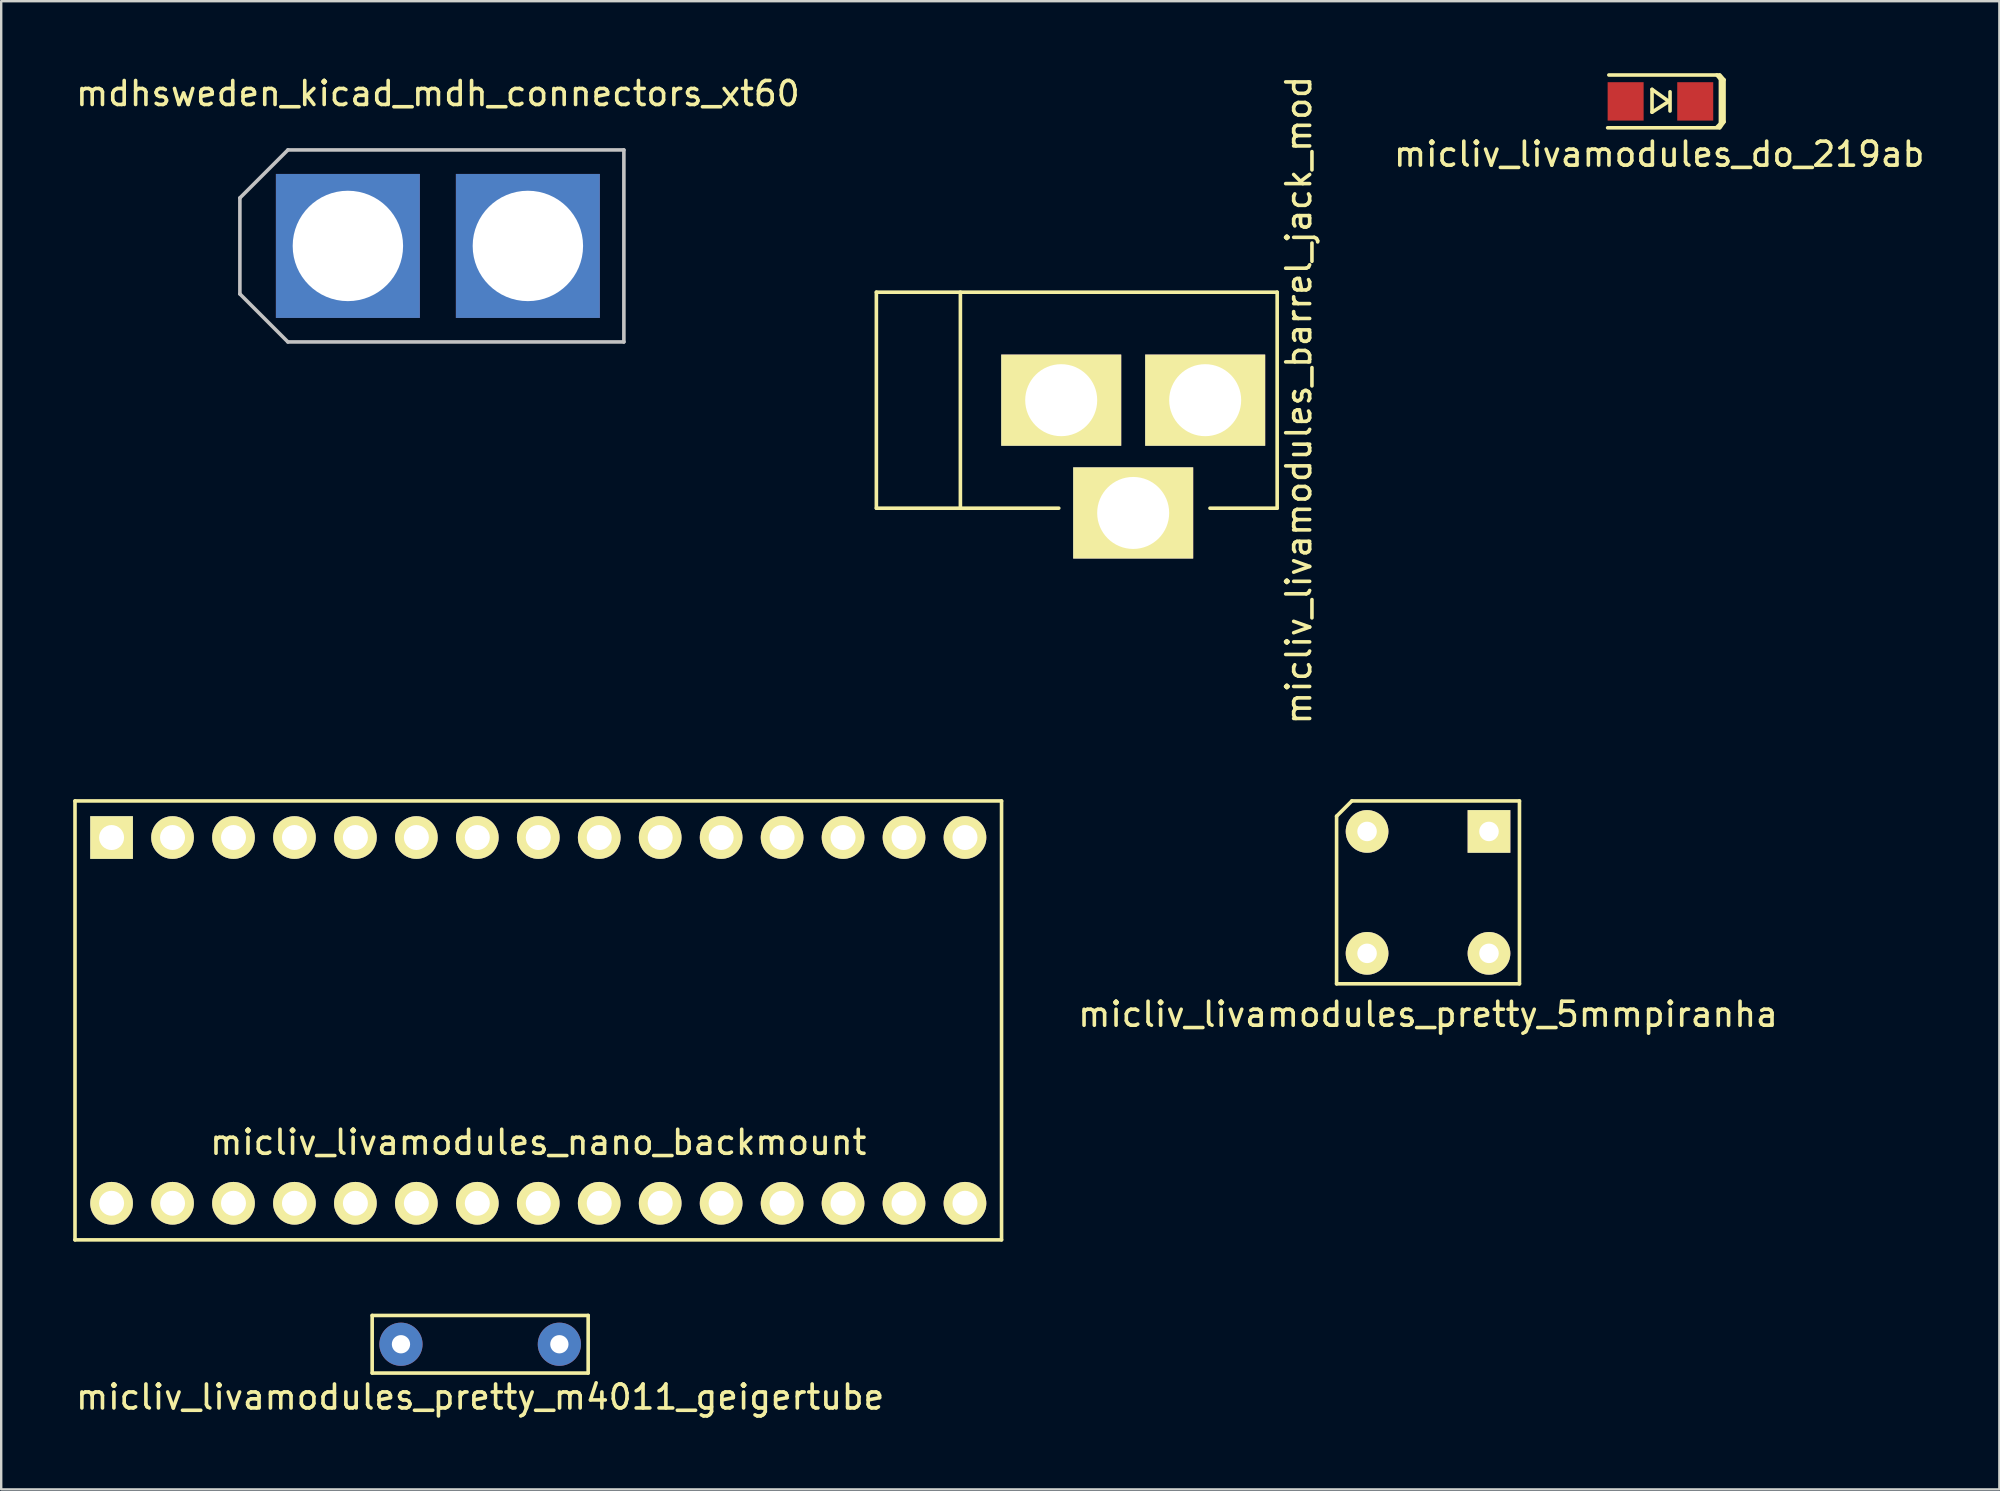
<source format=kicad_pcb>
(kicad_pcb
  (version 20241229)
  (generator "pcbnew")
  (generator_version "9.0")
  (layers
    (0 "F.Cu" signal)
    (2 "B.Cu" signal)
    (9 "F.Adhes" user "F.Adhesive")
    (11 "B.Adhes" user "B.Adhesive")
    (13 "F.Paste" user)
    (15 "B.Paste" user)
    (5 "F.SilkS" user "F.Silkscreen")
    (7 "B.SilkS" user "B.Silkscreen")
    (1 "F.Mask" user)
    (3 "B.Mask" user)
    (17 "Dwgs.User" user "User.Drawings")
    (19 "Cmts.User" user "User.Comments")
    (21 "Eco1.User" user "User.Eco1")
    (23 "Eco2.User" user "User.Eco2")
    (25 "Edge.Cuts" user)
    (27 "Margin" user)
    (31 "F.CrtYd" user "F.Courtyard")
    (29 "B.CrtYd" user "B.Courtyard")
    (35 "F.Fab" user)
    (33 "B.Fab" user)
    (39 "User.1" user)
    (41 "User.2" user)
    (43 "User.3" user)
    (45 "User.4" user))
  (footprint "micliv_livamodules_pretty_5mmpiranha"
    (layer "F.Cu")
    (at 56.454 34.135)
    (property "Reference" "micliv_livamodules_pretty_5mmpiranha" (at 0 5.08 0) (layer "F.SilkS") (effects (font (size 1 1) (thickness 0.15))))
    (attr through_hole)
    (fp_line (start -3.81 -3.175) (end -3.81 3.81) (stroke (width 0.15) (type solid)) (layer "F.SilkS"))
    (fp_line (start -3.175 -3.81) (end -3.81 -3.175) (stroke (width 0.15) (type solid)) (layer "F.SilkS"))
    (fp_line (start 3.81 -3.81) (end -3.175 -3.81) (stroke (width 0.15) (type solid)) (layer "F.SilkS"))
    (fp_line (start 3.81 -3.81) (end 3.81 3.81) (stroke (width 0.15) (type solid)) (layer "F.SilkS"))
    (fp_line (start 3.81 3.81) (end -3.81 3.81) (stroke (width 0.15) (type solid)) (layer "F.SilkS"))
    (pad "1" thru_hole rect (at 2.54 -2.54) (size 1.778 1.778) (drill 0.813) (layers "*.Cu" "*.Mask" "F.SilkS"))
    (pad "2" thru_hole circle (at 2.54 2.54) (size 1.778 1.778) (drill 0.813) (layers "*.Cu" "*.Mask" "F.SilkS"))
    (pad "3" thru_hole circle (at -2.54 2.54) (size 1.778 1.778) (drill 0.813) (layers "*.Cu" "*.Mask" "F.SilkS"))
    (pad "4" thru_hole circle (at -2.54 -2.54) (size 1.778 1.778) (drill 0.813) (layers "*.Cu" "*.Mask" "F.SilkS")))
  (footprint "micliv_livamodules_barrel_jack_mod"
    (layer "F.Cu")
    (at 40.968 13.625)
    (property "Reference" "micliv_livamodules_barrel_jack_mod" (at 10.099 0 90) (layer "F.SilkS") (effects (font (size 1 1) (thickness 0.15))))
    (attr through_hole)
    (fp_line (start -7.501 -4.501) (end -7.501 4.501) (stroke (width 0.15) (type solid)) (layer "F.SilkS"))
    (fp_line (start -7.5 -4.5) (end 9.2 -4.5) (stroke (width 0.15) (type solid)) (layer "F.SilkS"))
    (fp_line (start -7.5 4.5) (end 0.1 4.5) (stroke (width 0.15) (type solid)) (layer "F.SilkS"))
    (fp_line (start -4 -4.501) (end -4 4.501) (stroke (width 0.15) (type solid)) (layer "F.SilkS"))
    (fp_line (start 9.2 -4.5) (end 9.2 4.5) (stroke (width 0.15) (type solid)) (layer "F.SilkS"))
    (fp_line (start 9.2 4.5) (end 6.4 4.5) (stroke (width 0.15) (type solid)) (layer "F.SilkS"))
    (pad "1" thru_hole rect (at 6.2 0) (size 5 3.8) (drill 3) (layers "*.Cu" "*.Mask" "F.SilkS"))
    (pad "2" thru_hole rect (at 0.201 0) (size 5 3.8) (drill 3) (layers "*.Cu" "*.Mask" "F.SilkS"))
    (pad "3" thru_hole rect (at 3.2 4.699) (size 5 3.8) (drill 3) (layers "*.Cu" "*.Mask" "F.SilkS")))
  (footprint "mdhsweden_kicad_mdh_connectors_xt60"
    (layer "F.Cu")
    (at 15.196 7.198)
    (property "Reference" "mdhsweden_kicad_mdh_connectors_xt60" (at 0 -6.35 0) (layer "F.SilkS") (effects (font (size 1 1) (thickness 0.15))))
    (attr through_hole)
    (fp_line (start -8.25 -2) (end -6.25 -4) (stroke (width 0.15) (type solid)) (layer "Dwgs.User"))
    (fp_line (start -8.25 2) (end -8.25 -2) (stroke (width 0.15) (type solid)) (layer "Dwgs.User"))
    (fp_line (start -8.25 2) (end -6.25 4) (stroke (width 0.15) (type solid)) (layer "Dwgs.User"))
    (fp_line (start -6.25 -4) (end 7.75 -4) (stroke (width 0.15) (type solid)) (layer "Dwgs.User"))
    (fp_line (start 7.75 4) (end -6.25 4) (stroke (width 0.15) (type solid)) (layer "Dwgs.User"))
    (fp_line (start 7.75 4) (end 7.75 -4) (stroke (width 0.15) (type solid)) (layer "Dwgs.User"))
    (pad "1" thru_hole rect (at -3.75 0) (size 6 6) (drill 4.6) (layers "*.Cu" "*.Mask"))
    (pad "2" thru_hole rect (at 3.75 0) (size 6 6) (drill 4.6) (layers "*.Cu" "*.Mask")))
  (footprint "micliv_livamodules_nano_backmount"
    (layer "F.Cu")
    (at 19.379 39.469)
    (property "Reference" "micliv_livamodules_nano_backmount" (at 0 5.08 0) (layer "F.SilkS") (effects (font (size 1 1) (thickness 0.15))))
    (attr through_hole)
    (fp_line (start -19.304 -9.144) (end 19.304 -9.144) (stroke (width 0.15) (type solid)) (layer "F.SilkS"))
    (fp_line (start -19.304 9.144) (end -19.304 -9.144) (stroke (width 0.15) (type solid)) (layer "F.SilkS"))
    (fp_line (start 19.304 -9.144) (end 19.304 9.144) (stroke (width 0.15) (type solid)) (layer "F.SilkS"))
    (fp_line (start 19.304 9.144) (end -19.304 9.144) (stroke (width 0.15) (type solid)) (layer "F.SilkS"))
    (pad "1" thru_hole rect (at -17.78 -7.62) (size 1.778 1.778) (drill 1.041) (layers "*.Cu" "*.Mask" "F.SilkS"))
    (pad "2" thru_hole circle (at -15.24 -7.62) (size 1.778 1.778) (drill 1.041) (layers "*.Cu" "*.Mask" "F.SilkS"))
    (pad "3" thru_hole circle (at -12.7 -7.62) (size 1.778 1.778) (drill 1.041) (layers "*.Cu" "*.Mask" "F.SilkS"))
    (pad "4" thru_hole circle (at -10.16 -7.62) (size 1.778 1.778) (drill 1.041) (layers "*.Cu" "*.Mask" "F.SilkS"))
    (pad "5" thru_hole circle (at -7.62 -7.62) (size 1.778 1.778) (drill 1.041) (layers "*.Cu" "*.Mask" "F.SilkS"))
    (pad "6" thru_hole circle (at -5.08 -7.62) (size 1.778 1.778) (drill 1.041) (layers "*.Cu" "*.Mask" "F.SilkS"))
    (pad "7" thru_hole circle (at -2.54 -7.62) (size 1.778 1.778) (drill 1.041) (layers "*.Cu" "*.Mask" "F.SilkS"))
    (pad "8" thru_hole circle (at 0 -7.62) (size 1.778 1.778) (drill 1.041) (layers "*.Cu" "*.Mask" "F.SilkS"))
    (pad "9" thru_hole circle (at 2.54 -7.62) (size 1.778 1.778) (drill 1.041) (layers "*.Cu" "*.Mask" "F.SilkS"))
    (pad "10" thru_hole circle (at 5.08 -7.62) (size 1.778 1.778) (drill 1.041) (layers "*.Cu" "*.Mask" "F.SilkS"))
    (pad "11" thru_hole circle (at 7.62 -7.62) (size 1.778 1.778) (drill 1.041) (layers "*.Cu" "*.Mask" "F.SilkS"))
    (pad "12" thru_hole circle (at 10.16 -7.62) (size 1.778 1.778) (drill 1.041) (layers "*.Cu" "*.Mask" "F.SilkS"))
    (pad "13" thru_hole circle (at 12.7 -7.62) (size 1.778 1.778) (drill 1.041) (layers "*.Cu" "*.Mask" "F.SilkS"))
    (pad "14" thru_hole circle (at 15.24 -7.62) (size 1.778 1.778) (drill 1.041) (layers "*.Cu" "*.Mask" "F.SilkS"))
    (pad "15" thru_hole circle (at 17.78 -7.62) (size 1.778 1.778) (drill 1.041) (layers "*.Cu" "*.Mask" "F.SilkS"))
    (pad "16" thru_hole circle (at 17.78 7.62) (size 1.778 1.778) (drill 1.041) (layers "*.Cu" "*.Mask" "F.SilkS"))
    (pad "17" thru_hole circle (at 15.24 7.62) (size 1.778 1.778) (drill 1.041) (layers "*.Cu" "*.Mask" "F.SilkS"))
    (pad "18" thru_hole circle (at 12.7 7.62) (size 1.778 1.778) (drill 1.041) (layers "*.Cu" "*.Mask" "F.SilkS"))
    (pad "19" thru_hole circle (at 10.16 7.62) (size 1.778 1.778) (drill 1.041) (layers "*.Cu" "*.Mask" "F.SilkS"))
    (pad "20" thru_hole circle (at 7.62 7.62) (size 1.778 1.778) (drill 1.041) (layers "*.Cu" "*.Mask" "F.SilkS"))
    (pad "21" thru_hole circle (at 5.08 7.62) (size 1.778 1.778) (drill 1.041) (layers "*.Cu" "*.Mask" "F.SilkS"))
    (pad "22" thru_hole circle (at 2.54 7.62) (size 1.778 1.778) (drill 1.041) (layers "*.Cu" "*.Mask" "F.SilkS"))
    (pad "23" thru_hole circle (at 0 7.62) (size 1.778 1.778) (drill 1.041) (layers "*.Cu" "*.Mask" "F.SilkS"))
    (pad "24" thru_hole circle (at -2.54 7.62) (size 1.778 1.778) (drill 1.041) (layers "*.Cu" "*.Mask" "F.SilkS"))
    (pad "25" thru_hole circle (at -5.08 7.62) (size 1.778 1.778) (drill 1.041) (layers "*.Cu" "*.Mask" "F.SilkS"))
    (pad "26" thru_hole circle (at -7.62 7.62) (size 1.778 1.778) (drill 1.041) (layers "*.Cu" "*.Mask" "F.SilkS"))
    (pad "27" thru_hole circle (at -10.16 7.62) (size 1.778 1.778) (drill 1.041) (layers "*.Cu" "*.Mask" "F.SilkS"))
    (pad "28" thru_hole circle (at -12.7 7.62) (size 1.778 1.778) (drill 1.041) (layers "*.Cu" "*.Mask" "F.SilkS"))
    (pad "29" thru_hole circle (at -15.24 7.62) (size 1.778 1.778) (drill 1.041) (layers "*.Cu" "*.Mask" "F.SilkS"))
    (pad "30" thru_hole circle (at -17.78 7.62) (size 1.778 1.778) (drill 1.041) (layers "*.Cu" "*.Mask" "F.SilkS")))
  (footprint "micliv_livamodules_pretty_m4011_geigertube"
    (layer "F.Cu")
    (at 16.958 52.963)
    (property "Reference" "micliv_livamodules_pretty_m4011_geigertube" (at 0 2.2 0) (layer "F.SilkS") (effects (font (size 1 1) (thickness 0.15))))
    (attr through_hole)
    (fp_line (start -4.5 -1.2) (end -4.5 1.2) (stroke (width 0.15) (type solid)) (layer "F.SilkS"))
    (fp_line (start -4.5 1.2) (end 4.5 1.2) (stroke (width 0.15) (type solid)) (layer "F.SilkS"))
    (fp_line (start 4.5 -1.2) (end -4.5 -1.2) (stroke (width 0.15) (type solid)) (layer "F.SilkS"))
    (fp_line (start 4.5 1.2) (end 4.5 -1.2) (stroke (width 0.15) (type solid)) (layer "F.SilkS"))
    (pad "1" thru_hole circle (at -3.3 0) (size 1.8 1.8) (drill 0.762) (layers "*.Cu" "*.Mask"))
    (pad "2" thru_hole circle (at 3.3 0) (size 1.8 1.8) (drill 0.762) (layers "*.Cu" "*.Mask")))
  (footprint "micliv_livamodules_do_219ab"
    (layer "F.Cu")
    (at 66.138 1.175)
    (property "Reference" "micliv_livamodules_do_219ab" (at -0.05 2.2 0) (layer "F.SilkS") (effects (font (size 1 1) (thickness 0.15))))
    (attr through_hole)
    (fp_line (start -2.2 1.1) (end 2.45 1.1) (stroke (width 0.15) (type solid)) (layer "F.SilkS"))
    (fp_line (start -0.35 -0.5) (end -0.35 0.45) (stroke (width 0.15) (type solid)) (layer "F.SilkS"))
    (fp_line (start -0.35 0.45) (end 0.35 0) (stroke (width 0.15) (type solid)) (layer "F.SilkS"))
    (fp_line (start 0.35 0) (end -0.35 -0.5) (stroke (width 0.15) (type solid)) (layer "F.SilkS"))
    (fp_line (start 0.4 -0.4) (end 0.4 0.4) (stroke (width 0.15) (type solid)) (layer "F.SilkS"))
    (fp_line (start 2.35 -1.1) (end 2.5 -0.925) (stroke (width 0.15) (type solid)) (layer "F.SilkS"))
    (fp_line (start 2.35 1.075) (end 2.5 0.925) (stroke (width 0.15) (type solid)) (layer "F.SilkS"))
    (fp_line (start 2.45 -1.1) (end -2.15 -1.1) (stroke (width 0.15) (type solid)) (layer "F.SilkS"))
    (fp_line (start 2.475 -1.1) (end 2.65 -0.9) (stroke (width 0.15) (type solid)) (layer "F.SilkS"))
    (fp_line (start 2.475 1.1) (end 2.65 0.85) (stroke (width 0.15) (type solid)) (layer "F.SilkS"))
    (fp_line (start 2.5 1.05) (end 2.5 -1.05) (stroke (width 0.15) (type solid)) (layer "F.SilkS"))
    (fp_line (start 2.6 -0.9) (end 2.6 0.85) (stroke (width 0.15) (type solid)) (layer "F.SilkS"))
    (fp_line (start 2.6 0.85) (end 2.6 0.9) (stroke (width 0.15) (type solid)) (layer "F.SilkS"))
    (fp_line (start 2.65 -0.9) (end 2.65 0.85) (stroke (width 0.15) (type solid)) (layer "F.SilkS"))
    (pad "1" smd rect (at -1.45 0) (size 1.5 1.6) (layers "F.Cu" "F.Mask" "F.Paste"))
    (pad "2" smd rect (at 1.45 0) (size 1.5 1.6) (layers "F.Cu" "F.Mask" "F.Paste")))
  (gr_rect
    (start -3 -3)
    (end 80.261 59.011)
    (stroke (width 0.1) (type default))
    (fill no)
    (layer "Edge.Cuts")))
</source>
